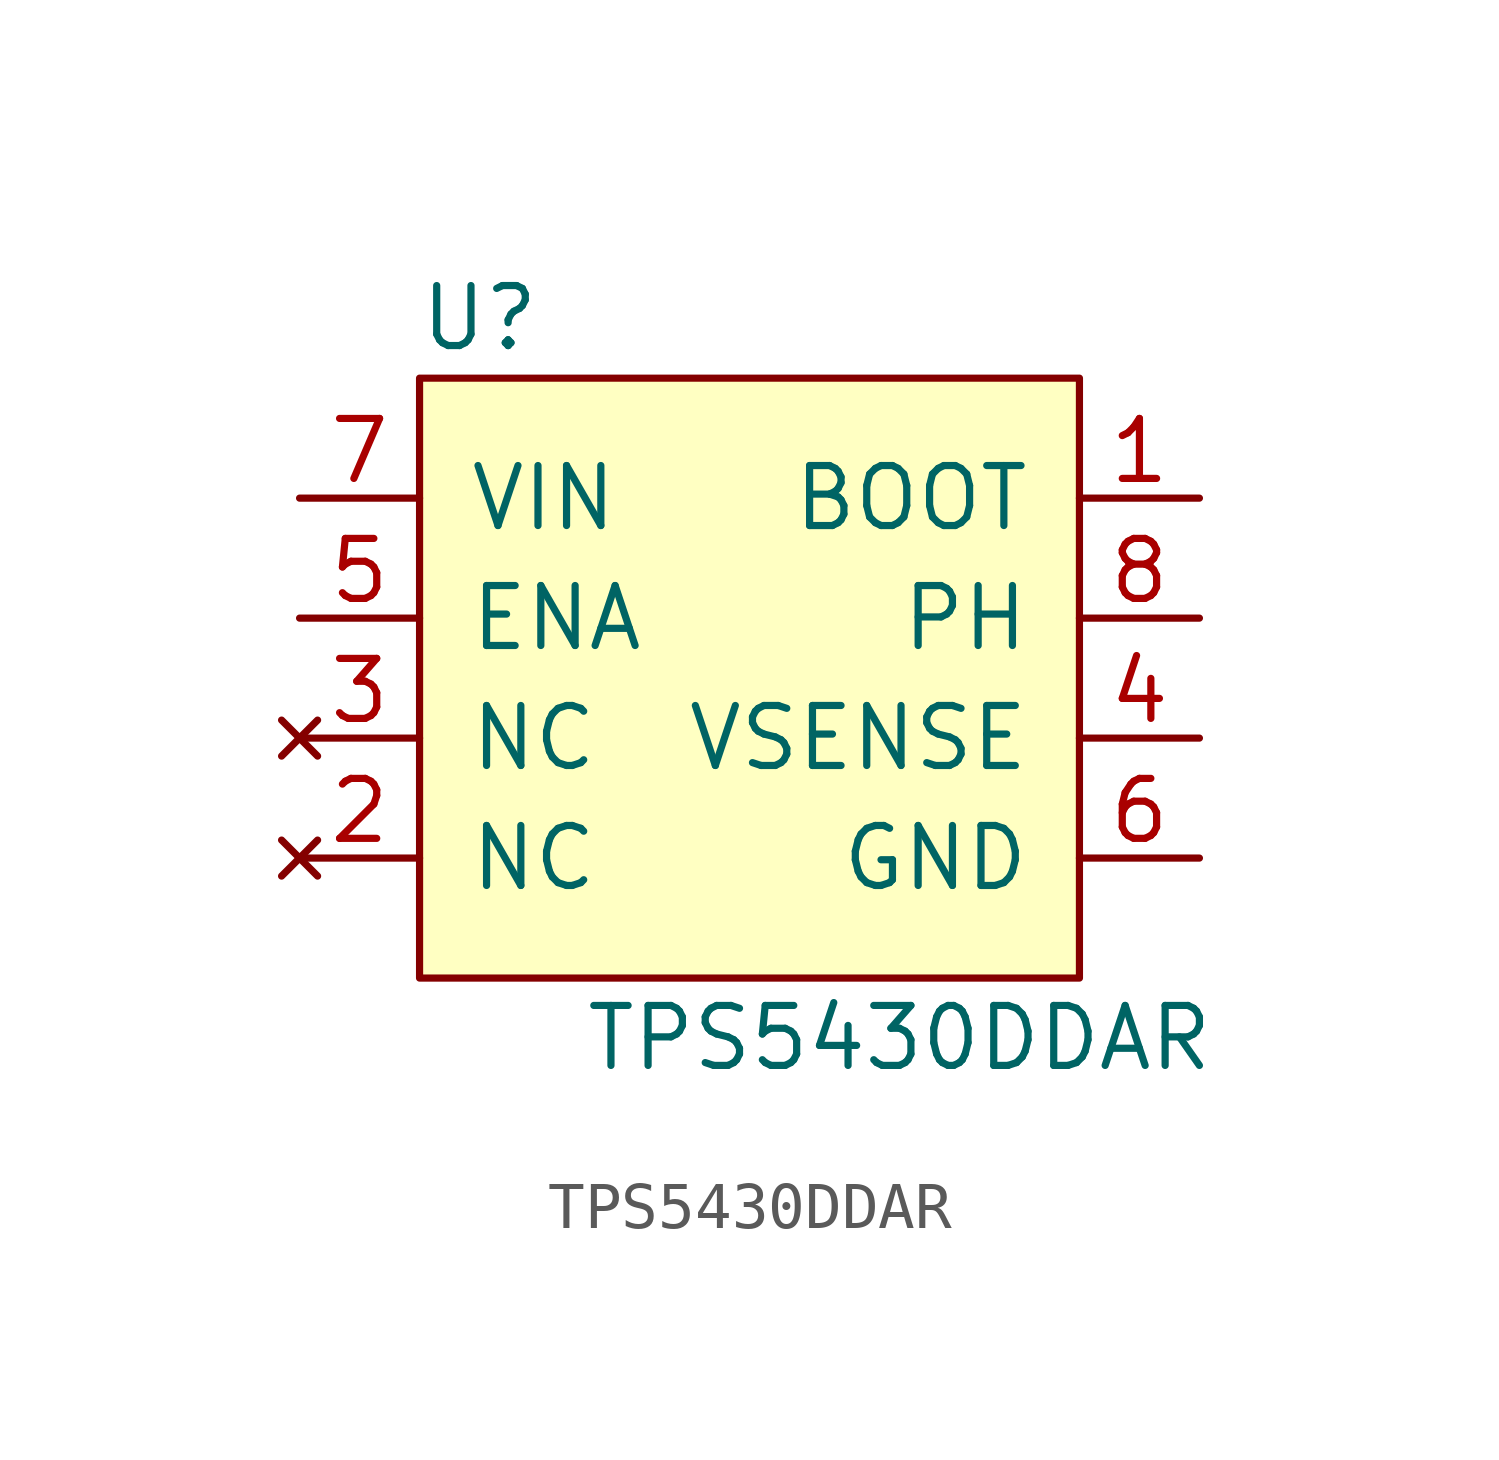
<source format=kicad_sym>
(kicad_symbol_lib
  (version 20211014)
  (generator kicad_symbol_editor)
  (symbol "TPS5430DDAR"
    (pin_names
      (offset 1.016))
    (property "Reference" "U"
      (at -6.35 7.62 0)
      (effects (font (size 1.27 1.27))))
    (property "Value" "TPS5430DDAR"
      (at 2.54 -7.62 0)
      (effects (font (size 1.27 1.27))))
    (symbol "TPS5430DDAR_0_1"
      (rectangle (start -7.62 6.35) (end 6.35 -6.35) (stroke (width 0) (type default) (color 0 0 0 0)) (fill (type background))))
    (symbol "TPS5430DDAR_1_1"
      (pin output line (at 8.89 3.81 180) (length 2.54) (name "BOOT" (effects (font (size 1.27 1.27)))) (number "1" (effects (font (size 1.27 1.27)))))
      (pin no_connect line (at -10.16 -3.81 0) (length 2.54) (name "NC" (effects (font (size 1.27 1.27)))) (number "2" (effects (font (size 1.27 1.27)))))
      (pin no_connect line (at -10.16 -1.27 0) (length 2.54) (name "NC" (effects (font (size 1.27 1.27)))) (number "3" (effects (font (size 1.27 1.27)))))
      (pin input line (at 8.89 -1.27 180) (length 2.54) (name "VSENSE" (effects (font (size 1.27 1.27)))) (number "4" (effects (font (size 1.27 1.27)))))
      (pin input line (at -10.16 1.27 0) (length 2.54) (name "ENA" (effects (font (size 1.27 1.27)))) (number "5" (effects (font (size 1.27 1.27)))))
      (pin power_in line (at 8.89 -3.81 180) (length 2.54) (name "GND" (effects (font (size 1.27 1.27)))) (number "6" (effects (font (size 1.27 1.27)))))
      (pin power_in line (at -10.16 3.81 0) (length 2.54) (name "VIN" (effects (font (size 1.27 1.27)))) (number "7" (effects (font (size 1.27 1.27)))))
      (pin input line (at 8.89 1.27 180) (length 2.54) (name "PH" (effects (font (size 1.27 1.27)))) (number "8" (effects (font (size 1.27 1.27))))))))
</source>
